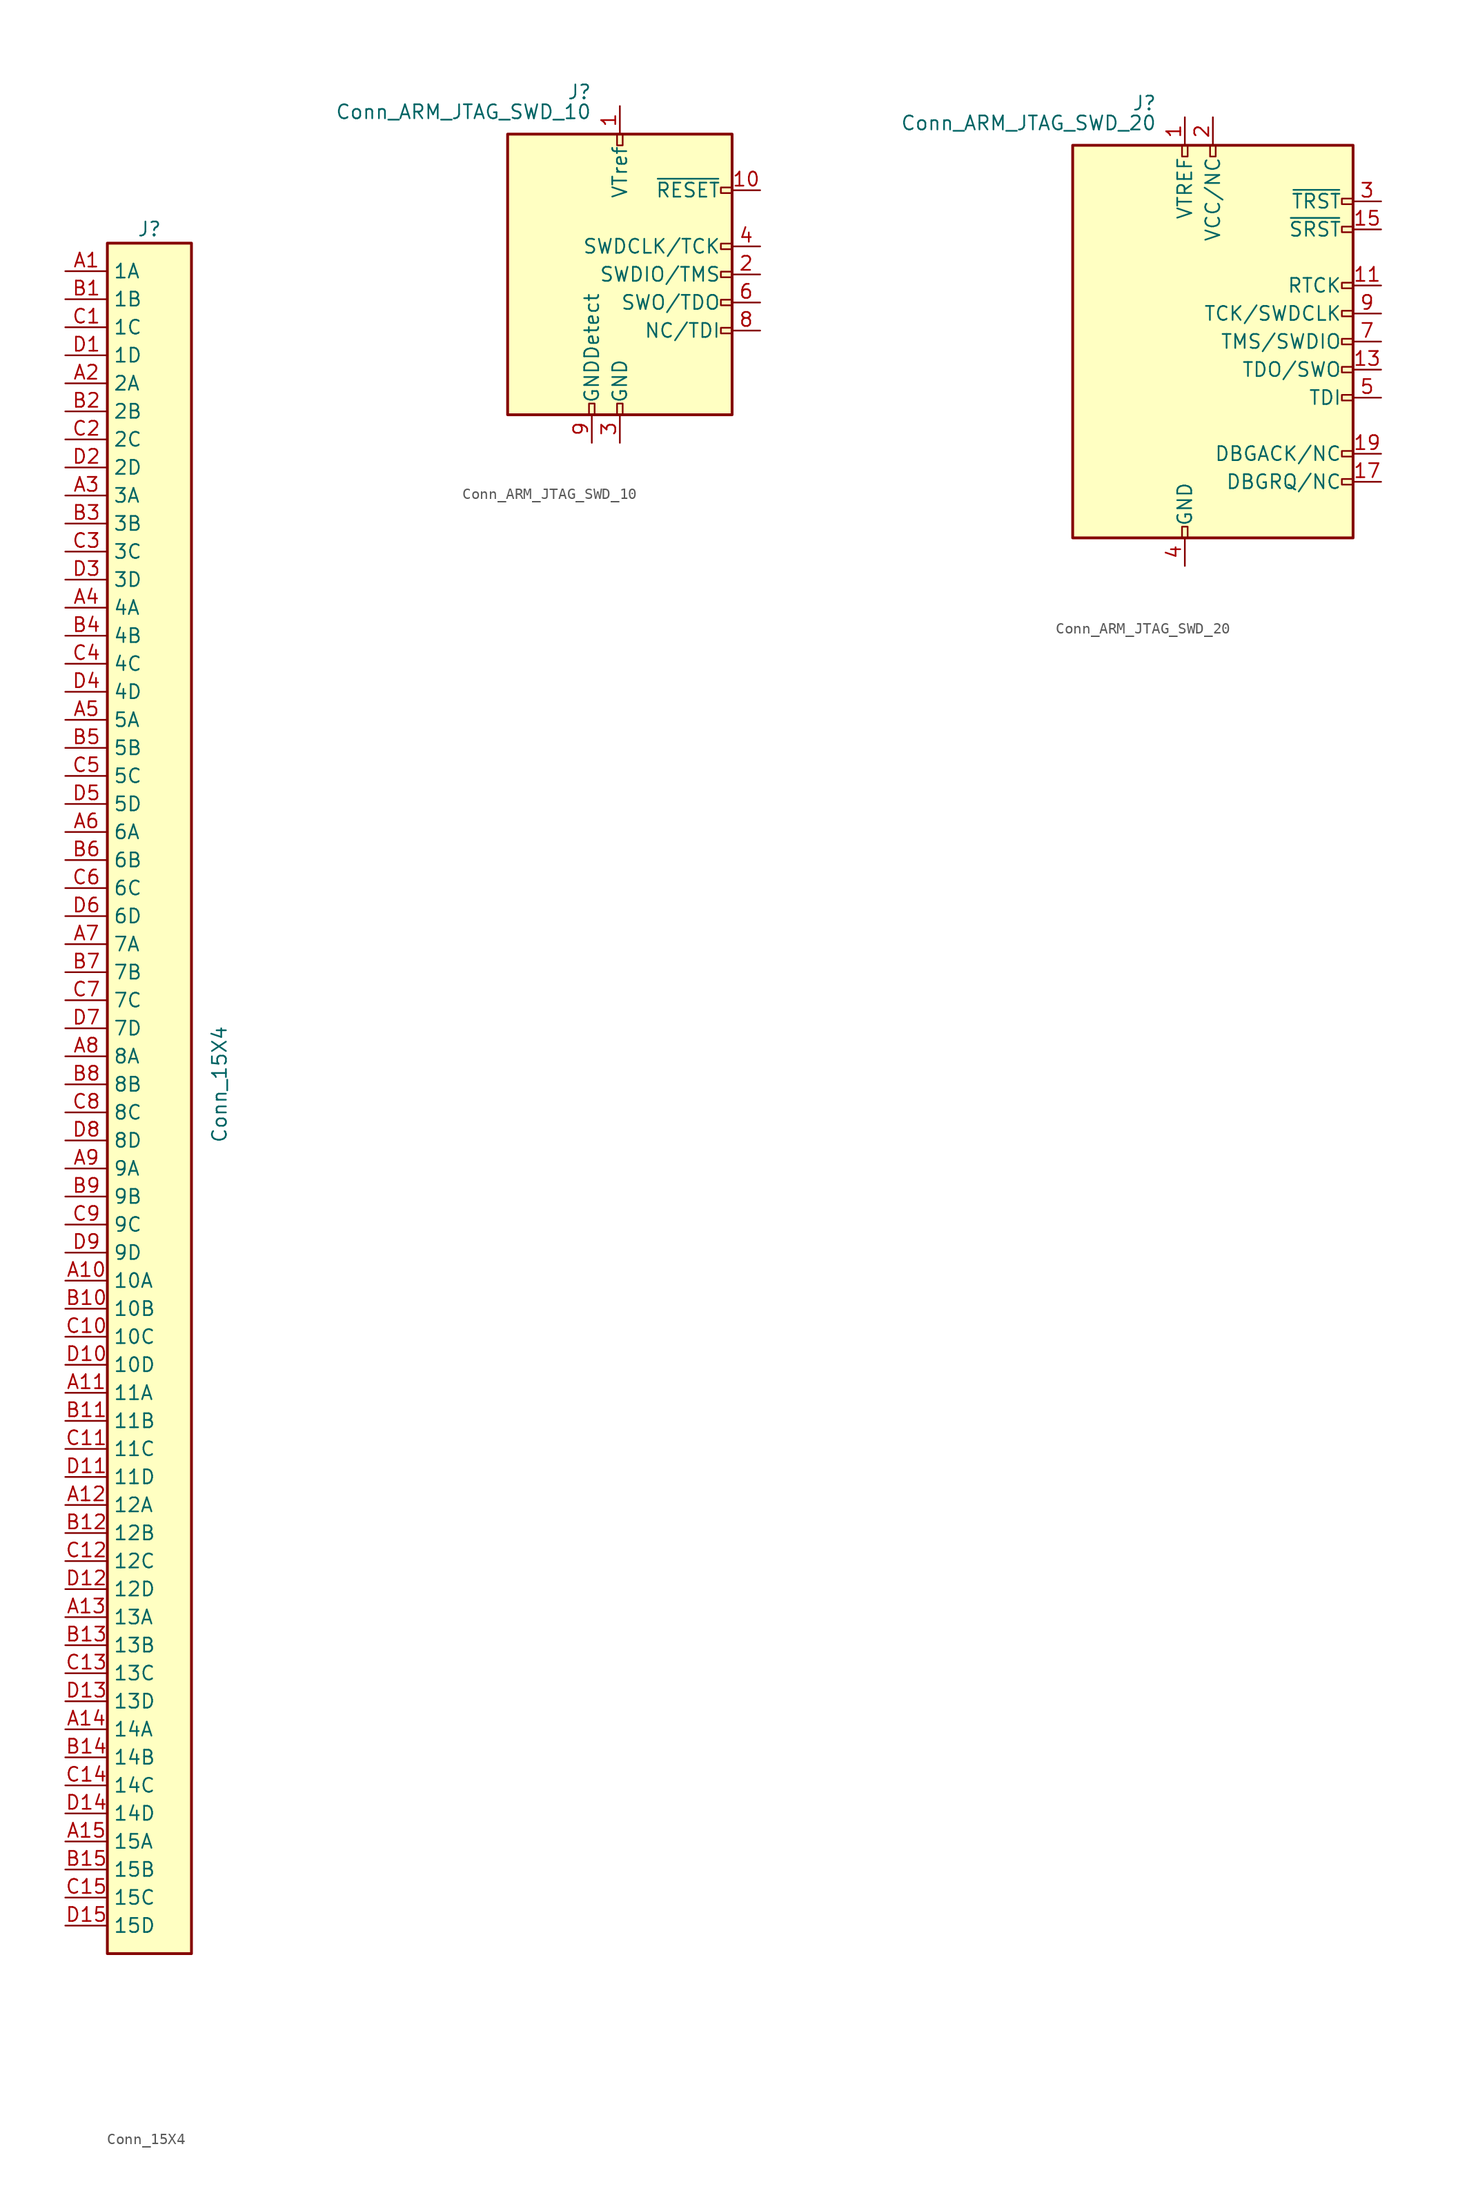
<source format=kicad_sym>
(kicad_symbol_lib
  (version 20220914)
  (generator kicad_symbol_editor)
  (symbol "Conn_15X4"
    (property "Reference" "J"
      (at 0 80.01 0)
      (effects (font (size 1.27 1.27))))
    (property "Value" "Conn_15X4"
      (at 6.35 2.54 90)
      (effects (font (size 1.27 1.27))))
    (symbol "Conn_15X4_0_1"
      (rectangle (start 3.81 -76.2) (end -3.81 78.74) (stroke (width 0.254) (type solid)) (fill (type background))))
    (symbol "Conn_15X4_1_1"
      (pin passive line (at -7.62 76.2 0) (length 3.81) (name "1A" (effects (font (size 1.27 1.27)))) (number "A1" (effects (font (size 1.27 1.27)))))
      (pin passive line (at -7.62 -15.24 0) (length 3.81) (name "10A" (effects (font (size 1.27 1.27)))) (number "A10" (effects (font (size 1.27 1.27)))))
      (pin passive line (at -7.62 -25.4 0) (length 3.81) (name "11A" (effects (font (size 1.27 1.27)))) (number "A11" (effects (font (size 1.27 1.27)))))
      (pin passive line (at -7.62 -35.56 0) (length 3.81) (name "12A" (effects (font (size 1.27 1.27)))) (number "A12" (effects (font (size 1.27 1.27)))))
      (pin passive line (at -7.62 -45.72 0) (length 3.81) (name "13A" (effects (font (size 1.27 1.27)))) (number "A13" (effects (font (size 1.27 1.27)))))
      (pin passive line (at -7.62 -55.88 0) (length 3.81) (name "14A" (effects (font (size 1.27 1.27)))) (number "A14" (effects (font (size 1.27 1.27)))))
      (pin passive line (at -7.62 -66.04 0) (length 3.81) (name "15A" (effects (font (size 1.27 1.27)))) (number "A15" (effects (font (size 1.27 1.27)))))
      (pin passive line (at -7.62 66.04 0) (length 3.81) (name "2A" (effects (font (size 1.27 1.27)))) (number "A2" (effects (font (size 1.27 1.27)))))
      (pin passive line (at -7.62 55.88 0) (length 3.81) (name "3A" (effects (font (size 1.27 1.27)))) (number "A3" (effects (font (size 1.27 1.27)))))
      (pin passive line (at -7.62 45.72 0) (length 3.81) (name "4A" (effects (font (size 1.27 1.27)))) (number "A4" (effects (font (size 1.27 1.27)))))
      (pin passive line (at -7.62 35.56 0) (length 3.81) (name "5A" (effects (font (size 1.27 1.27)))) (number "A5" (effects (font (size 1.27 1.27)))))
      (pin passive line (at -7.62 25.4 0) (length 3.81) (name "6A" (effects (font (size 1.27 1.27)))) (number "A6" (effects (font (size 1.27 1.27)))))
      (pin passive line (at -7.62 15.24 0) (length 3.81) (name "7A" (effects (font (size 1.27 1.27)))) (number "A7" (effects (font (size 1.27 1.27)))))
      (pin passive line (at -7.62 5.08 0) (length 3.81) (name "8A" (effects (font (size 1.27 1.27)))) (number "A8" (effects (font (size 1.27 1.27)))))
      (pin passive line (at -7.62 -5.08 0) (length 3.81) (name "9A" (effects (font (size 1.27 1.27)))) (number "A9" (effects (font (size 1.27 1.27)))))
      (pin passive line (at -7.62 73.66 0) (length 3.81) (name "1B" (effects (font (size 1.27 1.27)))) (number "B1" (effects (font (size 1.27 1.27)))))
      (pin passive line (at -7.62 -17.78 0) (length 3.81) (name "10B" (effects (font (size 1.27 1.27)))) (number "B10" (effects (font (size 1.27 1.27)))))
      (pin passive line (at -7.62 -27.94 0) (length 3.81) (name "11B" (effects (font (size 1.27 1.27)))) (number "B11" (effects (font (size 1.27 1.27)))))
      (pin passive line (at -7.62 -38.1 0) (length 3.81) (name "12B" (effects (font (size 1.27 1.27)))) (number "B12" (effects (font (size 1.27 1.27)))))
      (pin passive line (at -7.62 -48.26 0) (length 3.81) (name "13B" (effects (font (size 1.27 1.27)))) (number "B13" (effects (font (size 1.27 1.27)))))
      (pin passive line (at -7.62 -58.42 0) (length 3.81) (name "14B" (effects (font (size 1.27 1.27)))) (number "B14" (effects (font (size 1.27 1.27)))))
      (pin passive line (at -7.62 -68.58 0) (length 3.81) (name "15B" (effects (font (size 1.27 1.27)))) (number "B15" (effects (font (size 1.27 1.27)))))
      (pin passive line (at -7.62 63.5 0) (length 3.81) (name "2B" (effects (font (size 1.27 1.27)))) (number "B2" (effects (font (size 1.27 1.27)))))
      (pin passive line (at -7.62 53.34 0) (length 3.81) (name "3B" (effects (font (size 1.27 1.27)))) (number "B3" (effects (font (size 1.27 1.27)))))
      (pin passive line (at -7.62 43.18 0) (length 3.81) (name "4B" (effects (font (size 1.27 1.27)))) (number "B4" (effects (font (size 1.27 1.27)))))
      (pin passive line (at -7.62 33.02 0) (length 3.81) (name "5B" (effects (font (size 1.27 1.27)))) (number "B5" (effects (font (size 1.27 1.27)))))
      (pin passive line (at -7.62 22.86 0) (length 3.81) (name "6B" (effects (font (size 1.27 1.27)))) (number "B6" (effects (font (size 1.27 1.27)))))
      (pin passive line (at -7.62 12.7 0) (length 3.81) (name "7B" (effects (font (size 1.27 1.27)))) (number "B7" (effects (font (size 1.27 1.27)))))
      (pin passive line (at -7.62 2.54 0) (length 3.81) (name "8B" (effects (font (size 1.27 1.27)))) (number "B8" (effects (font (size 1.27 1.27)))))
      (pin passive line (at -7.62 -7.62 0) (length 3.81) (name "9B" (effects (font (size 1.27 1.27)))) (number "B9" (effects (font (size 1.27 1.27)))))
      (pin passive line (at -7.62 71.12 0) (length 3.81) (name "1C" (effects (font (size 1.27 1.27)))) (number "C1" (effects (font (size 1.27 1.27)))))
      (pin passive line (at -7.62 -20.32 0) (length 3.81) (name "10C" (effects (font (size 1.27 1.27)))) (number "C10" (effects (font (size 1.27 1.27)))))
      (pin passive line (at -7.62 -30.48 0) (length 3.81) (name "11C" (effects (font (size 1.27 1.27)))) (number "C11" (effects (font (size 1.27 1.27)))))
      (pin passive line (at -7.62 -40.64 0) (length 3.81) (name "12C" (effects (font (size 1.27 1.27)))) (number "C12" (effects (font (size 1.27 1.27)))))
      (pin passive line (at -7.62 -50.8 0) (length 3.81) (name "13C" (effects (font (size 1.27 1.27)))) (number "C13" (effects (font (size 1.27 1.27)))))
      (pin passive line (at -7.62 -60.96 0) (length 3.81) (name "14C" (effects (font (size 1.27 1.27)))) (number "C14" (effects (font (size 1.27 1.27)))))
      (pin passive line (at -7.62 -71.12 0) (length 3.81) (name "15C" (effects (font (size 1.27 1.27)))) (number "C15" (effects (font (size 1.27 1.27)))))
      (pin passive line (at -7.62 60.96 0) (length 3.81) (name "2C" (effects (font (size 1.27 1.27)))) (number "C2" (effects (font (size 1.27 1.27)))))
      (pin passive line (at -7.62 50.8 0) (length 3.81) (name "3C" (effects (font (size 1.27 1.27)))) (number "C3" (effects (font (size 1.27 1.27)))))
      (pin passive line (at -7.62 40.64 0) (length 3.81) (name "4C" (effects (font (size 1.27 1.27)))) (number "C4" (effects (font (size 1.27 1.27)))))
      (pin passive line (at -7.62 30.48 0) (length 3.81) (name "5C" (effects (font (size 1.27 1.27)))) (number "C5" (effects (font (size 1.27 1.27)))))
      (pin passive line (at -7.62 20.32 0) (length 3.81) (name "6C" (effects (font (size 1.27 1.27)))) (number "C6" (effects (font (size 1.27 1.27)))))
      (pin passive line (at -7.62 10.16 0) (length 3.81) (name "7C" (effects (font (size 1.27 1.27)))) (number "C7" (effects (font (size 1.27 1.27)))))
      (pin passive line (at -7.62 0 0) (length 3.81) (name "8C" (effects (font (size 1.27 1.27)))) (number "C8" (effects (font (size 1.27 1.27)))))
      (pin passive line (at -7.62 -10.16 0) (length 3.81) (name "9C" (effects (font (size 1.27 1.27)))) (number "C9" (effects (font (size 1.27 1.27)))))
      (pin passive line (at -7.62 68.58 0) (length 3.81) (name "1D" (effects (font (size 1.27 1.27)))) (number "D1" (effects (font (size 1.27 1.27)))))
      (pin passive line (at -7.62 -22.86 0) (length 3.81) (name "10D" (effects (font (size 1.27 1.27)))) (number "D10" (effects (font (size 1.27 1.27)))))
      (pin passive line (at -7.62 -33.02 0) (length 3.81) (name "11D" (effects (font (size 1.27 1.27)))) (number "D11" (effects (font (size 1.27 1.27)))))
      (pin passive line (at -7.62 -43.18 0) (length 3.81) (name "12D" (effects (font (size 1.27 1.27)))) (number "D12" (effects (font (size 1.27 1.27)))))
      (pin passive line (at -7.62 -53.34 0) (length 3.81) (name "13D" (effects (font (size 1.27 1.27)))) (number "D13" (effects (font (size 1.27 1.27)))))
      (pin passive line (at -7.62 -63.5 0) (length 3.81) (name "14D" (effects (font (size 1.27 1.27)))) (number "D14" (effects (font (size 1.27 1.27)))))
      (pin passive line (at -7.62 -73.66 0) (length 3.81) (name "15D" (effects (font (size 1.27 1.27)))) (number "D15" (effects (font (size 1.27 1.27)))))
      (pin passive line (at -7.62 58.42 0) (length 3.81) (name "2D" (effects (font (size 1.27 1.27)))) (number "D2" (effects (font (size 1.27 1.27)))))
      (pin passive line (at -7.62 48.26 0) (length 3.81) (name "3D" (effects (font (size 1.27 1.27)))) (number "D3" (effects (font (size 1.27 1.27)))))
      (pin passive line (at -7.62 38.1 0) (length 3.81) (name "4D" (effects (font (size 1.27 1.27)))) (number "D4" (effects (font (size 1.27 1.27)))))
      (pin passive line (at -7.62 27.94 0) (length 3.81) (name "5D" (effects (font (size 1.27 1.27)))) (number "D5" (effects (font (size 1.27 1.27)))))
      (pin passive line (at -7.62 17.78 0) (length 3.81) (name "6D" (effects (font (size 1.27 1.27)))) (number "D6" (effects (font (size 1.27 1.27)))))
      (pin passive line (at -7.62 7.62 0) (length 3.81) (name "7D" (effects (font (size 1.27 1.27)))) (number "D7" (effects (font (size 1.27 1.27)))))
      (pin passive line (at -7.62 -2.54 0) (length 3.81) (name "8D" (effects (font (size 1.27 1.27)))) (number "D8" (effects (font (size 1.27 1.27)))))
      (pin passive line (at -7.62 -12.7 0) (length 3.81) (name "9D" (effects (font (size 1.27 1.27)))) (number "D9" (effects (font (size 1.27 1.27)))))))
  (symbol "Conn_ARM_JTAG_SWD_10"
    (pin_names
      (offset 1.016))
    (property "Reference" "J"
      (at -2.54 16.51 0)
      (effects (font (size 1.27 1.27)) (justify right)))
    (property "Value" "Conn_ARM_JTAG_SWD_10"
      (at -2.54 13.97 0)
      (effects (font (size 1.27 1.27)) (justify right bottom)))
    (symbol "Conn_ARM_JTAG_SWD_10_0_1"
      (rectangle (start -10.16 12.7) (end 10.16 -12.7) (stroke (width 0.254) (type solid)) (fill (type background)))
      (rectangle (start -2.794 -12.7) (end -2.286 -11.684) (stroke (width 0) (type solid)) (fill (type none)))
      (rectangle (start -0.254 -12.7) (end 0.254 -11.684) (stroke (width 0) (type solid)) (fill (type none)))
      (rectangle (start -0.254 12.7) (end 0.254 11.684) (stroke (width 0) (type solid)) (fill (type none)))
      (rectangle (start 9.144 2.286) (end 10.16 2.794) (stroke (width 0) (type solid)) (fill (type none)))
      (rectangle (start 10.16 -2.794) (end 9.144 -2.286) (stroke (width 0) (type solid)) (fill (type none)))
      (rectangle (start 10.16 -0.254) (end 9.144 0.254) (stroke (width 0) (type solid)) (fill (type none)))
      (rectangle (start 10.16 7.874) (end 9.144 7.366) (stroke (width 0) (type solid)) (fill (type none))))
    (symbol "Conn_ARM_JTAG_SWD_10_1_1"
      (rectangle (start 9.144 -5.334) (end 10.16 -4.826) (stroke (width 0) (type solid)) (fill (type none)))
      (pin power_in line (at 0 15.24 270) (length 2.54) (name "VTref" (effects (font (size 1.27 1.27)))) (number "1" (effects (font (size 1.27 1.27)))))
      (pin open_collector line (at 12.7 7.62 180) (length 2.54) (name "~{RESET}" (effects (font (size 1.27 1.27)))) (number "10" (effects (font (size 1.27 1.27)))))
      (pin bidirectional line (at 12.7 0 180) (length 2.54) (name "SWDIO/TMS" (effects (font (size 1.27 1.27)))) (number "2" (effects (font (size 1.27 1.27)))))
      (pin power_in line (at 0 -15.24 90) (length 2.54) (name "GND" (effects (font (size 1.27 1.27)))) (number "3" (effects (font (size 1.27 1.27)))))
      (pin output line (at 12.7 2.54 180) (length 2.54) (name "SWDCLK/TCK" (effects (font (size 1.27 1.27)))) (number "4" (effects (font (size 1.27 1.27)))))
      (pin passive line (at 0 -15.24 90) (length 2.54) hide (name "GND" (effects (font (size 1.27 1.27)))) (number "5" (effects (font (size 1.27 1.27)))))
      (pin input line (at 12.7 -2.54 180) (length 2.54) (name "SWO/TDO" (effects (font (size 1.27 1.27)))) (number "6" (effects (font (size 1.27 1.27)))))
      (pin no_connect line (at -10.16 0 0) (length 2.54) hide (name "KEY" (effects (font (size 1.27 1.27)))) (number "7" (effects (font (size 1.27 1.27)))))
      (pin output line (at 12.7 -5.08 180) (length 2.54) (name "NC/TDI" (effects (font (size 1.27 1.27)))) (number "8" (effects (font (size 1.27 1.27)))))
      (pin passive line (at -2.54 -15.24 90) (length 2.54) (name "GNDDetect" (effects (font (size 1.27 1.27)))) (number "9" (effects (font (size 1.27 1.27)))))))
  (symbol "Conn_ARM_JTAG_SWD_20"
    (pin_names
      (offset 1.016))
    (property "Reference" "J"
      (at -5.08 21.59 0)
      (effects (font (size 1.27 1.27)) (justify right)))
    (property "Value" "Conn_ARM_JTAG_SWD_20"
      (at -5.08 19.05 0)
      (effects (font (size 1.27 1.27)) (justify right bottom)))
    (symbol "Conn_ARM_JTAG_SWD_20_0_1"
      (rectangle (start -12.7 17.78) (end 12.7 -17.78) (stroke (width 0.254) (type solid)) (fill (type background)))
      (rectangle (start -2.794 -17.78) (end -2.286 -16.764) (stroke (width 0) (type solid)) (fill (type none)))
      (rectangle (start -2.794 17.78) (end -2.286 16.764) (stroke (width 0) (type solid)) (fill (type none)))
      (rectangle (start -0.254 17.78) (end 0.254 16.764) (stroke (width 0) (type solid)) (fill (type none)))
      (rectangle (start 11.684 2.286) (end 12.7 2.794) (stroke (width 0) (type solid)) (fill (type none)))
      (rectangle (start 12.7 -12.446) (end 11.684 -12.954) (stroke (width 0) (type solid)) (fill (type none)))
      (rectangle (start 12.7 -9.906) (end 11.684 -10.414) (stroke (width 0) (type solid)) (fill (type none)))
      (rectangle (start 12.7 -2.794) (end 11.684 -2.286) (stroke (width 0) (type solid)) (fill (type none)))
      (rectangle (start 12.7 -0.254) (end 11.684 0.254) (stroke (width 0) (type solid)) (fill (type none)))
      (rectangle (start 12.7 4.826) (end 11.684 5.334) (stroke (width 0) (type solid)) (fill (type none)))
      (rectangle (start 12.7 10.414) (end 11.684 9.906) (stroke (width 0) (type solid)) (fill (type none)))
      (rectangle (start 12.7 12.954) (end 11.684 12.446) (stroke (width 0) (type solid)) (fill (type none))))
    (symbol "Conn_ARM_JTAG_SWD_20_1_1"
      (rectangle (start 11.684 -5.334) (end 12.7 -4.826) (stroke (width 0) (type solid)) (fill (type none)))
      (pin power_in line (at -2.54 20.32 270) (length 2.54) (name "VTREF" (effects (font (size 1.27 1.27)))) (number "1" (effects (font (size 1.27 1.27)))))
      (pin passive line (at -2.54 -20.32 90) (length 2.54) hide (name "GND" (effects (font (size 1.27 1.27)))) (number "10" (effects (font (size 1.27 1.27)))))
      (pin input line (at 15.24 5.08 180) (length 2.54) (name "RTCK" (effects (font (size 1.27 1.27)))) (number "11" (effects (font (size 1.27 1.27)))))
      (pin passive line (at -2.54 -20.32 90) (length 2.54) hide (name "GND" (effects (font (size 1.27 1.27)))) (number "12" (effects (font (size 1.27 1.27)))))
      (pin input line (at 15.24 -2.54 180) (length 2.54) (name "TDO/SWO" (effects (font (size 1.27 1.27)))) (number "13" (effects (font (size 1.27 1.27)))))
      (pin passive line (at -2.54 -20.32 90) (length 2.54) hide (name "GND" (effects (font (size 1.27 1.27)))) (number "14" (effects (font (size 1.27 1.27)))))
      (pin bidirectional line (at 15.24 10.16 180) (length 2.54) (name "~{SRST}" (effects (font (size 1.27 1.27)))) (number "15" (effects (font (size 1.27 1.27)))))
      (pin passive line (at -2.54 -20.32 90) (length 2.54) hide (name "GND" (effects (font (size 1.27 1.27)))) (number "16" (effects (font (size 1.27 1.27)))))
      (pin output line (at 15.24 -12.7 180) (length 2.54) (name "DBGRQ/NC" (effects (font (size 1.27 1.27)))) (number "17" (effects (font (size 1.27 1.27)))))
      (pin passive line (at -2.54 -20.32 90) (length 2.54) hide (name "GND" (effects (font (size 1.27 1.27)))) (number "18" (effects (font (size 1.27 1.27)))))
      (pin input line (at 15.24 -10.16 180) (length 2.54) (name "DBGACK/NC" (effects (font (size 1.27 1.27)))) (number "19" (effects (font (size 1.27 1.27)))))
      (pin power_in line (at 0 20.32 270) (length 2.54) (name "VCC/NC" (effects (font (size 1.27 1.27)))) (number "2" (effects (font (size 1.27 1.27)))))
      (pin passive line (at -2.54 -20.32 90) (length 2.54) hide (name "GND" (effects (font (size 1.27 1.27)))) (number "20" (effects (font (size 1.27 1.27)))))
      (pin output line (at 15.24 12.7 180) (length 2.54) (name "~{TRST}" (effects (font (size 1.27 1.27)))) (number "3" (effects (font (size 1.27 1.27)))))
      (pin power_in line (at -2.54 -20.32 90) (length 2.54) (name "GND" (effects (font (size 1.27 1.27)))) (number "4" (effects (font (size 1.27 1.27)))))
      (pin output line (at 15.24 -5.08 180) (length 2.54) (name "TDI" (effects (font (size 1.27 1.27)))) (number "5" (effects (font (size 1.27 1.27)))))
      (pin passive line (at -2.54 -20.32 90) (length 2.54) hide (name "GND" (effects (font (size 1.27 1.27)))) (number "6" (effects (font (size 1.27 1.27)))))
      (pin output line (at 15.24 0 180) (length 2.54) (name "TMS/SWDIO" (effects (font (size 1.27 1.27)))) (number "7" (effects (font (size 1.27 1.27)))))
      (pin passive line (at -2.54 -20.32 90) (length 2.54) hide (name "GND" (effects (font (size 1.27 1.27)))) (number "8" (effects (font (size 1.27 1.27)))))
      (pin output line (at 15.24 2.54 180) (length 2.54) (name "TCK/SWDCLK" (effects (font (size 1.27 1.27)))) (number "9" (effects (font (size 1.27 1.27))))))))
</source>
